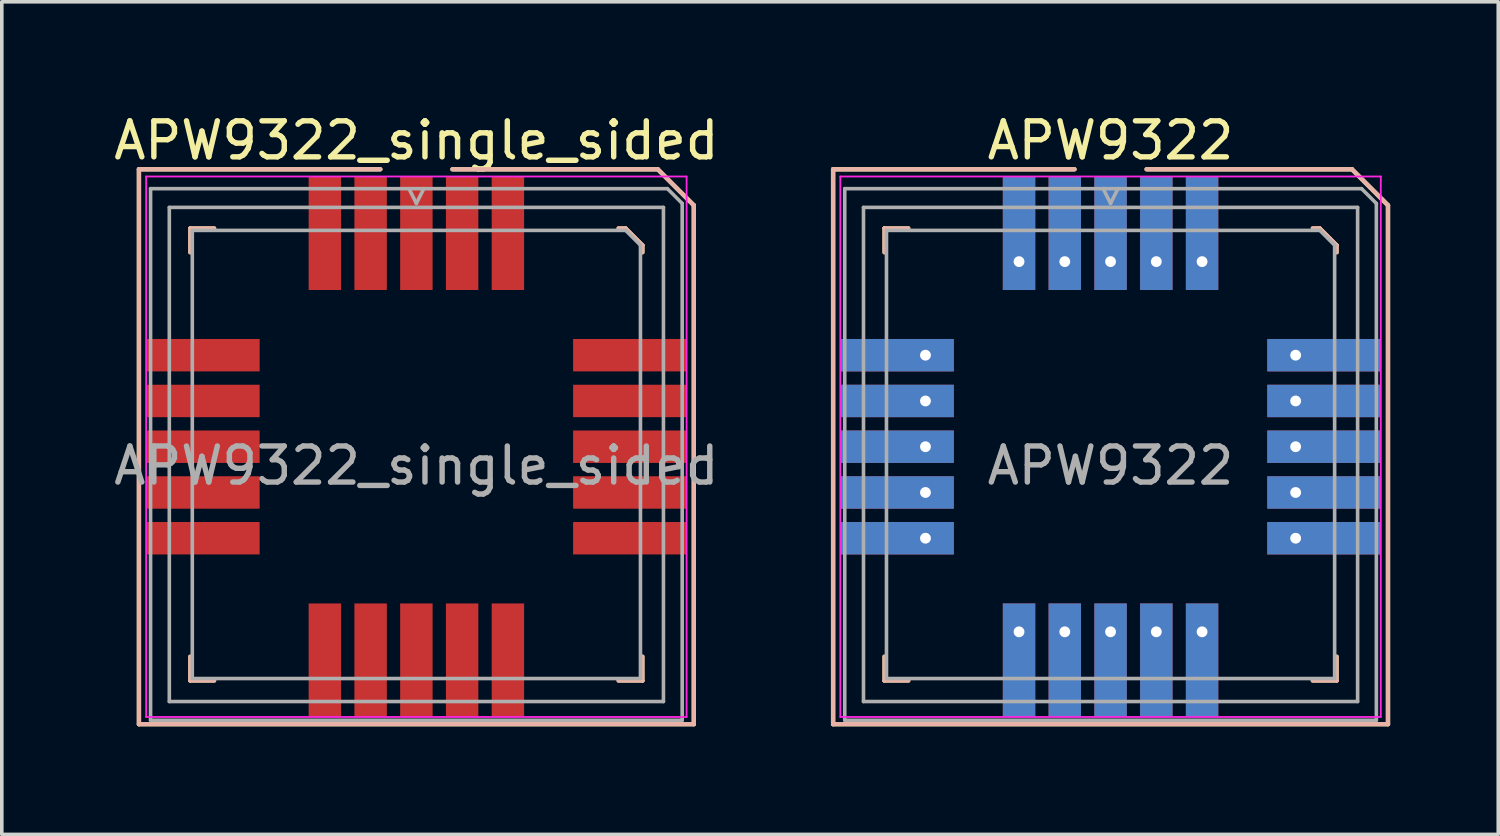
<source format=kicad_pcb>
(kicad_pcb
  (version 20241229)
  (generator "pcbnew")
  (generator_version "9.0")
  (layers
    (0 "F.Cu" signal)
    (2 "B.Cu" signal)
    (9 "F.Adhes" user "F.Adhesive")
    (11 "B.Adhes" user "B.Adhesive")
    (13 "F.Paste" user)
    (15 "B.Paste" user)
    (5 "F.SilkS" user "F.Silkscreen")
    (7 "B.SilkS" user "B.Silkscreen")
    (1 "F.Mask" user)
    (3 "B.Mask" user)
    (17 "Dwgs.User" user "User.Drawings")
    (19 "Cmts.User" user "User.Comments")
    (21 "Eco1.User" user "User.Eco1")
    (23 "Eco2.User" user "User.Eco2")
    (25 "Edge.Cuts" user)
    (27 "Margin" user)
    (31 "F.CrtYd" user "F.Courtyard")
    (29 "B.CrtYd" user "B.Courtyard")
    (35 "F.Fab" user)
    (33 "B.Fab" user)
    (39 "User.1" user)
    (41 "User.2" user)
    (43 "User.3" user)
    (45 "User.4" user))
  (footprint "APW9322"
    (layer "F.Cu")
    (at 27.772 9.348)
    (property "Reference" "APW9322" (at 0 -8.5 180) (layer "F.SilkS") (effects (font (size 1 1) (thickness 0.15))))
    (attr smd)
    (fp_line (start -7.7 -7.7) (end -1 -7.7) (stroke (width 0.12) (type solid)) (layer "F.SilkS"))
    (fp_line (start -7.7 7.7) (end -7.7 -7.7) (stroke (width 0.12) (type solid)) (layer "F.SilkS"))
    (fp_line (start -6.281 -6.066) (end -6.281 -5.389) (stroke (width 0.1) (type solid)) (layer "F.SilkS"))
    (fp_line (start -6.281 6.496) (end -6.281 5.82) (stroke (width 0.1) (type solid)) (layer "F.SilkS"))
    (fp_line (start -5.605 -6.066) (end -6.281 -6.066) (stroke (width 0.1) (type solid)) (layer "F.SilkS"))
    (fp_line (start -5.605 6.496) (end -6.281 6.496) (stroke (width 0.1) (type solid)) (layer "F.SilkS"))
    (fp_line (start 1 -7.7) (end 6.7 -7.7) (stroke (width 0.12) (type solid)) (layer "F.SilkS"))
    (fp_line (start 5.605 -6.066) (end 5.809 -6.066) (stroke (width 0.1) (type solid)) (layer "F.SilkS"))
    (fp_line (start 5.605 6.496) (end 6.281 6.496) (stroke (width 0.1) (type solid)) (layer "F.SilkS"))
    (fp_line (start 5.809 -6.066) (end 6.281 -5.594) (stroke (width 0.1) (type solid)) (layer "F.SilkS"))
    (fp_line (start 6.281 -5.594) (end 6.281 -5.389) (stroke (width 0.1) (type solid)) (layer "F.SilkS"))
    (fp_line (start 6.281 6.496) (end 6.281 5.82) (stroke (width 0.1) (type solid)) (layer "F.SilkS"))
    (fp_line (start 6.7 -7.7) (end 7.7 -6.7) (stroke (width 0.12) (type solid)) (layer "F.SilkS"))
    (fp_line (start 7.7 -6.7) (end 7.7 7.7) (stroke (width 0.12) (type solid)) (layer "F.SilkS"))
    (fp_line (start 7.7 7.7) (end -7.7 7.7) (stroke (width 0.12) (type solid)) (layer "F.SilkS"))
    (fp_line (start -7.7 -7.7) (end -1 -7.7) (stroke (width 0.12) (type solid)) (layer "B.SilkS"))
    (fp_line (start -7.7 7.7) (end -7.7 -7.7) (stroke (width 0.12) (type solid)) (layer "B.SilkS"))
    (fp_line (start -6.281 -6.066) (end -6.281 -5.389) (stroke (width 0.1) (type solid)) (layer "B.SilkS"))
    (fp_line (start -6.281 6.496) (end -6.281 5.82) (stroke (width 0.1) (type solid)) (layer "B.SilkS"))
    (fp_line (start -5.605 -6.066) (end -6.281 -6.066) (stroke (width 0.1) (type solid)) (layer "B.SilkS"))
    (fp_line (start -5.605 6.496) (end -6.281 6.496) (stroke (width 0.1) (type solid)) (layer "B.SilkS"))
    (fp_line (start 1 -7.7) (end 6.7 -7.7) (stroke (width 0.12) (type solid)) (layer "B.SilkS"))
    (fp_line (start 5.605 -6.066) (end 5.809 -6.066) (stroke (width 0.1) (type solid)) (layer "B.SilkS"))
    (fp_line (start 5.605 6.496) (end 6.281 6.496) (stroke (width 0.1) (type solid)) (layer "B.SilkS"))
    (fp_line (start 5.809 -6.066) (end 6.281 -5.594) (stroke (width 0.1) (type solid)) (layer "B.SilkS"))
    (fp_line (start 6.281 -5.594) (end 6.281 -5.389) (stroke (width 0.1) (type solid)) (layer "B.SilkS"))
    (fp_line (start 6.281 6.496) (end 6.281 5.82) (stroke (width 0.1) (type solid)) (layer "B.SilkS"))
    (fp_line (start 6.7 -7.7) (end 7.7 -6.7) (stroke (width 0.12) (type solid)) (layer "B.SilkS"))
    (fp_line (start 7.7 -6.7) (end 7.7 7.7) (stroke (width 0.12) (type solid)) (layer "B.SilkS"))
    (fp_line (start 7.7 7.7) (end -7.7 7.7) (stroke (width 0.12) (type solid)) (layer "B.SilkS"))
    (fp_line (start -7.5 -7.5) (end 7.5 -7.5) (stroke (width 0.05) (type solid)) (layer "F.CrtYd"))
    (fp_line (start -7.5 7.5) (end -7.5 -7.5) (stroke (width 0.05) (type solid)) (layer "F.CrtYd"))
    (fp_line (start 7.5 -7.5) (end 7.5 7.5) (stroke (width 0.05) (type solid)) (layer "F.CrtYd"))
    (fp_line (start 7.5 7.5) (end -7.5 7.5) (stroke (width 0.05) (type solid)) (layer "F.CrtYd"))
    (fp_line (start -7.377 -7.162) (end 6.967 -7.162) (stroke (width 0.1) (type solid)) (layer "F.Fab"))
    (fp_line (start -7.377 7.592) (end -7.377 -7.162) (stroke (width 0.1) (type solid)) (layer "F.Fab"))
    (fp_line (start -6.857 -6.641) (end 6.857 -6.641) (stroke (width 0.1) (type solid)) (layer "F.Fab"))
    (fp_line (start -6.857 7.072) (end -6.857 -6.641) (stroke (width 0.1) (type solid)) (layer "F.Fab"))
    (fp_line (start -6.219 -6.004) (end 5.809 -6.004) (stroke (width 0.1) (type solid)) (layer "F.Fab"))
    (fp_line (start -6.219 6.434) (end -6.219 -6.004) (stroke (width 0.1) (type solid)) (layer "F.Fab"))
    (fp_line (start 0 -6.752) (end -0.205 -7.162) (stroke (width 0.1) (type solid)) (layer "F.Fab"))
    (fp_line (start 0.205 -7.162) (end 0 -6.752) (stroke (width 0.1) (type solid)) (layer "F.Fab"))
    (fp_line (start 5.809 -6.004) (end 6.219 -5.594) (stroke (width 0.1) (type solid)) (layer "F.Fab"))
    (fp_line (start 6.219 -5.594) (end 6.219 6.434) (stroke (width 0.1) (type solid)) (layer "F.Fab"))
    (fp_line (start 6.219 6.434) (end -6.219 6.434) (stroke (width 0.1) (type solid)) (layer "F.Fab"))
    (fp_line (start 6.857 -6.641) (end 6.857 7.072) (stroke (width 0.1) (type solid)) (layer "F.Fab"))
    (fp_line (start 6.857 7.072) (end -6.857 7.072) (stroke (width 0.1) (type solid)) (layer "F.Fab"))
    (fp_line (start 6.967 -7.162) (end 7.377 -6.752) (stroke (width 0.1) (type solid)) (layer "F.Fab"))
    (fp_line (start 7.377 -6.752) (end 7.377 7.592) (stroke (width 0.1) (type solid)) (layer "F.Fab"))
    (fp_line (start 7.377 7.592) (end -7.377 7.592) (stroke (width 0.1) (type solid)) (layer "F.Fab"))
    (fp_text user "${REFERENCE}" (at 0 0.525 180) (layer "F.Fab") (effects (font (size 1 1) (thickness 0.15))))
    (pad "1" thru_hole rect (at 0 -5.137) (size 0.9 3.15) (drill 0.3 (offset 0 -0.788)) (layers "*.Cu" "*.Mask"))
    (pad "2" thru_hole rect (at 1.27 -5.137) (size 0.9 3.15) (drill 0.3 (offset 0 -0.788)) (layers "*.Cu" "*.Mask"))
    (pad "3" thru_hole rect (at 2.54 -5.137) (size 0.9 3.15) (drill 0.3 (offset 0 -0.788)) (layers "*.Cu" "*.Mask"))
    (pad "4" thru_hole rect (at 5.137 -2.54) (size 3.15 0.9) (drill 0.3 (offset 0.788 0)) (layers "*.Cu" "*.Mask"))
    (pad "5" thru_hole rect (at 5.137 -1.27) (size 3.15 0.9) (drill 0.3 (offset 0.788 0)) (layers "*.Cu" "*.Mask"))
    (pad "6" thru_hole rect (at 5.137 0) (size 3.15 0.9) (drill 0.3 (offset 0.788 0)) (layers "*.Cu" "*.Mask"))
    (pad "7" thru_hole rect (at 5.137 1.27) (size 3.15 0.9) (drill 0.3 (offset 0.788 0)) (layers "*.Cu" "*.Mask"))
    (pad "8" thru_hole rect (at 5.137 2.54) (size 3.15 0.9) (drill 0.3 (offset 0.788 0)) (layers "*.Cu" "*.Mask"))
    (pad "9" thru_hole rect (at 2.54 5.137) (size 0.9 3.15) (drill 0.3 (offset 0 0.788)) (layers "*.Cu" "*.Mask"))
    (pad "10" thru_hole rect (at 1.27 5.137) (size 0.9 3.15) (drill 0.3 (offset 0 0.788)) (layers "*.Cu" "*.Mask"))
    (pad "11" thru_hole rect (at 0 5.137) (size 0.9 3.15) (drill 0.3 (offset 0 0.788)) (layers "*.Cu" "*.Mask"))
    (pad "12" thru_hole rect (at -1.27 5.137) (size 0.9 3.15) (drill 0.3 (offset 0 0.788)) (layers "*.Cu" "*.Mask"))
    (pad "13" thru_hole rect (at -2.54 5.137) (size 0.9 3.15) (drill 0.3 (offset 0 0.788)) (layers "*.Cu" "*.Mask"))
    (pad "14" thru_hole rect (at -5.137 2.54) (size 3.15 0.9) (drill 0.3 (offset -0.788 0)) (layers "*.Cu" "*.Mask"))
    (pad "15" thru_hole rect (at -5.137 1.27) (size 3.15 0.9) (drill 0.3 (offset -0.788 0)) (layers "*.Cu" "*.Mask"))
    (pad "16" thru_hole rect (at -5.137 0) (size 3.15 0.9) (drill 0.3 (offset -0.788 0)) (layers "*.Cu" "*.Mask"))
    (pad "17" thru_hole rect (at -5.137 -1.27) (size 3.15 0.9) (drill 0.3 (offset -0.788 0)) (layers "*.Cu" "*.Mask"))
    (pad "18" thru_hole rect (at -5.137 -2.54) (size 3.15 0.9) (drill 0.3 (offset -0.788 0)) (layers "*.Cu" "*.Mask"))
    (pad "19" thru_hole rect (at -2.54 -5.137) (size 0.9 3.15) (drill 0.3 (offset 0 -0.788)) (layers "*.Cu" "*.Mask"))
    (pad "20" thru_hole rect (at -1.27 -5.137) (size 0.9 3.15) (drill 0.3 (offset 0 -0.788)) (layers "*.Cu" "*.Mask")))
  (footprint "APW9322_single_sided"
    (layer "F.Cu")
    (at 8.506 9.348)
    (property "Reference" "APW9322_single_sided" (at 0 -8.5 180) (layer "F.SilkS") (effects (font (size 1 1) (thickness 0.15))))
    (attr smd)
    (fp_line (start -7.7 -7.7) (end -1 -7.7) (stroke (width 0.12) (type solid)) (layer "F.SilkS"))
    (fp_line (start -7.7 7.7) (end -7.7 -7.7) (stroke (width 0.12) (type solid)) (layer "F.SilkS"))
    (fp_line (start -6.281 -6.066) (end -6.281 -5.389) (stroke (width 0.1) (type solid)) (layer "F.SilkS"))
    (fp_line (start -6.281 6.496) (end -6.281 5.82) (stroke (width 0.1) (type solid)) (layer "F.SilkS"))
    (fp_line (start -5.605 -6.066) (end -6.281 -6.066) (stroke (width 0.1) (type solid)) (layer "F.SilkS"))
    (fp_line (start -5.605 6.496) (end -6.281 6.496) (stroke (width 0.1) (type solid)) (layer "F.SilkS"))
    (fp_line (start 1 -7.7) (end 6.7 -7.7) (stroke (width 0.12) (type solid)) (layer "F.SilkS"))
    (fp_line (start 5.605 -6.066) (end 5.809 -6.066) (stroke (width 0.1) (type solid)) (layer "F.SilkS"))
    (fp_line (start 5.605 6.496) (end 6.281 6.496) (stroke (width 0.1) (type solid)) (layer "F.SilkS"))
    (fp_line (start 5.809 -6.066) (end 6.281 -5.594) (stroke (width 0.1) (type solid)) (layer "F.SilkS"))
    (fp_line (start 6.281 -5.594) (end 6.281 -5.389) (stroke (width 0.1) (type solid)) (layer "F.SilkS"))
    (fp_line (start 6.281 6.496) (end 6.281 5.82) (stroke (width 0.1) (type solid)) (layer "F.SilkS"))
    (fp_line (start 6.7 -7.7) (end 7.7 -6.7) (stroke (width 0.12) (type solid)) (layer "F.SilkS"))
    (fp_line (start 7.7 -6.7) (end 7.7 7.7) (stroke (width 0.12) (type solid)) (layer "F.SilkS"))
    (fp_line (start 7.7 7.7) (end -7.7 7.7) (stroke (width 0.12) (type solid)) (layer "F.SilkS"))
    (fp_line (start -7.7 -7.7) (end -1 -7.7) (stroke (width 0.12) (type solid)) (layer "B.SilkS"))
    (fp_line (start -7.7 7.7) (end -7.7 -7.7) (stroke (width 0.12) (type solid)) (layer "B.SilkS"))
    (fp_line (start -6.281 -6.066) (end -6.281 -5.389) (stroke (width 0.1) (type solid)) (layer "B.SilkS"))
    (fp_line (start -6.281 6.496) (end -6.281 5.82) (stroke (width 0.1) (type solid)) (layer "B.SilkS"))
    (fp_line (start -5.605 -6.066) (end -6.281 -6.066) (stroke (width 0.1) (type solid)) (layer "B.SilkS"))
    (fp_line (start -5.605 6.496) (end -6.281 6.496) (stroke (width 0.1) (type solid)) (layer "B.SilkS"))
    (fp_line (start 1 -7.7) (end 6.7 -7.7) (stroke (width 0.12) (type solid)) (layer "B.SilkS"))
    (fp_line (start 5.605 -6.066) (end 5.809 -6.066) (stroke (width 0.1) (type solid)) (layer "B.SilkS"))
    (fp_line (start 5.605 6.496) (end 6.281 6.496) (stroke (width 0.1) (type solid)) (layer "B.SilkS"))
    (fp_line (start 5.809 -6.066) (end 6.281 -5.594) (stroke (width 0.1) (type solid)) (layer "B.SilkS"))
    (fp_line (start 6.281 -5.594) (end 6.281 -5.389) (stroke (width 0.1) (type solid)) (layer "B.SilkS"))
    (fp_line (start 6.281 6.496) (end 6.281 5.82) (stroke (width 0.1) (type solid)) (layer "B.SilkS"))
    (fp_line (start 6.7 -7.7) (end 7.7 -6.7) (stroke (width 0.12) (type solid)) (layer "B.SilkS"))
    (fp_line (start 7.7 -6.7) (end 7.7 7.7) (stroke (width 0.12) (type solid)) (layer "B.SilkS"))
    (fp_line (start 7.7 7.7) (end -7.7 7.7) (stroke (width 0.12) (type solid)) (layer "B.SilkS"))
    (fp_line (start -7.5 -7.5) (end 7.5 -7.5) (stroke (width 0.05) (type solid)) (layer "F.CrtYd"))
    (fp_line (start -7.5 7.5) (end -7.5 -7.5) (stroke (width 0.05) (type solid)) (layer "F.CrtYd"))
    (fp_line (start 7.5 -7.5) (end 7.5 7.5) (stroke (width 0.05) (type solid)) (layer "F.CrtYd"))
    (fp_line (start 7.5 7.5) (end -7.5 7.5) (stroke (width 0.05) (type solid)) (layer "F.CrtYd"))
    (fp_line (start -7.377 -7.162) (end 6.967 -7.162) (stroke (width 0.1) (type solid)) (layer "F.Fab"))
    (fp_line (start -7.377 7.592) (end -7.377 -7.162) (stroke (width 0.1) (type solid)) (layer "F.Fab"))
    (fp_line (start -6.857 -6.641) (end 6.857 -6.641) (stroke (width 0.1) (type solid)) (layer "F.Fab"))
    (fp_line (start -6.857 7.072) (end -6.857 -6.641) (stroke (width 0.1) (type solid)) (layer "F.Fab"))
    (fp_line (start -6.219 -6.004) (end 5.809 -6.004) (stroke (width 0.1) (type solid)) (layer "F.Fab"))
    (fp_line (start -6.219 6.434) (end -6.219 -6.004) (stroke (width 0.1) (type solid)) (layer "F.Fab"))
    (fp_line (start 0 -6.752) (end -0.205 -7.162) (stroke (width 0.1) (type solid)) (layer "F.Fab"))
    (fp_line (start 0.205 -7.162) (end 0 -6.752) (stroke (width 0.1) (type solid)) (layer "F.Fab"))
    (fp_line (start 5.809 -6.004) (end 6.219 -5.594) (stroke (width 0.1) (type solid)) (layer "F.Fab"))
    (fp_line (start 6.219 -5.594) (end 6.219 6.434) (stroke (width 0.1) (type solid)) (layer "F.Fab"))
    (fp_line (start 6.219 6.434) (end -6.219 6.434) (stroke (width 0.1) (type solid)) (layer "F.Fab"))
    (fp_line (start 6.857 -6.641) (end 6.857 7.072) (stroke (width 0.1) (type solid)) (layer "F.Fab"))
    (fp_line (start 6.857 7.072) (end -6.857 7.072) (stroke (width 0.1) (type solid)) (layer "F.Fab"))
    (fp_line (start 6.967 -7.162) (end 7.377 -6.752) (stroke (width 0.1) (type solid)) (layer "F.Fab"))
    (fp_line (start 7.377 -6.752) (end 7.377 7.592) (stroke (width 0.1) (type solid)) (layer "F.Fab"))
    (fp_line (start 7.377 7.592) (end -7.377 7.592) (stroke (width 0.1) (type solid)) (layer "F.Fab"))
    (fp_text user "${REFERENCE}" (at 0 0.525 180) (layer "F.Fab") (effects (font (size 1 1) (thickness 0.15))))
    (pad "1" smd rect (at 0 -5.925) (size 0.9 3.15) (layers "F.Cu" "F.Mask" "F.Paste"))
    (pad "2" smd rect (at 1.27 -5.925) (size 0.9 3.15) (layers "F.Cu" "F.Mask" "F.Paste"))
    (pad "3" smd rect (at 2.54 -5.925) (size 0.9 3.15) (layers "F.Cu" "F.Mask" "F.Paste"))
    (pad "4" smd rect (at 5.925 -2.54) (size 3.15 0.9) (layers "F.Cu" "F.Mask" "F.Paste"))
    (pad "5" smd rect (at 5.925 -1.27) (size 3.15 0.9) (layers "F.Cu" "F.Mask" "F.Paste"))
    (pad "6" smd rect (at 5.925 0) (size 3.15 0.9) (layers "F.Cu" "F.Mask" "F.Paste"))
    (pad "7" smd rect (at 5.925 1.27) (size 3.15 0.9) (layers "F.Cu" "F.Mask" "F.Paste"))
    (pad "8" smd rect (at 5.925 2.54) (size 3.15 0.9) (layers "F.Cu" "F.Mask" "F.Paste"))
    (pad "9" smd rect (at 2.54 5.925) (size 0.9 3.15) (layers "F.Cu" "F.Mask" "F.Paste"))
    (pad "10" smd rect (at 1.27 5.925) (size 0.9 3.15) (layers "F.Cu" "F.Mask" "F.Paste"))
    (pad "11" smd rect (at 0 5.925) (size 0.9 3.15) (layers "F.Cu" "F.Mask" "F.Paste"))
    (pad "12" smd rect (at -1.27 5.925) (size 0.9 3.15) (layers "F.Cu" "F.Mask" "F.Paste"))
    (pad "13" smd rect (at -2.54 5.925) (size 0.9 3.15) (layers "F.Cu" "F.Mask" "F.Paste"))
    (pad "14" smd rect (at -5.925 2.54) (size 3.15 0.9) (layers "F.Cu" "F.Mask" "F.Paste"))
    (pad "15" smd rect (at -5.925 1.27) (size 3.15 0.9) (layers "F.Cu" "F.Mask" "F.Paste"))
    (pad "16" smd rect (at -5.925 0) (size 3.15 0.9) (layers "F.Cu" "F.Mask" "F.Paste"))
    (pad "17" smd rect (at -5.925 -1.27) (size 3.15 0.9) (layers "F.Cu" "F.Mask" "F.Paste"))
    (pad "18" smd rect (at -5.925 -2.54) (size 3.15 0.9) (layers "F.Cu" "F.Mask" "F.Paste"))
    (pad "19" smd rect (at -2.54 -5.925) (size 0.9 3.15) (layers "F.Cu" "F.Mask" "F.Paste"))
    (pad "20" smd rect (at -1.27 -5.925) (size 0.9 3.15) (layers "F.Cu" "F.Mask" "F.Paste")))
  (gr_rect
    (start -3 -3)
    (end 38.532 20.108)
    (stroke (width 0.1) (type default))
    (fill no)
    (layer "Edge.Cuts")))
</source>
